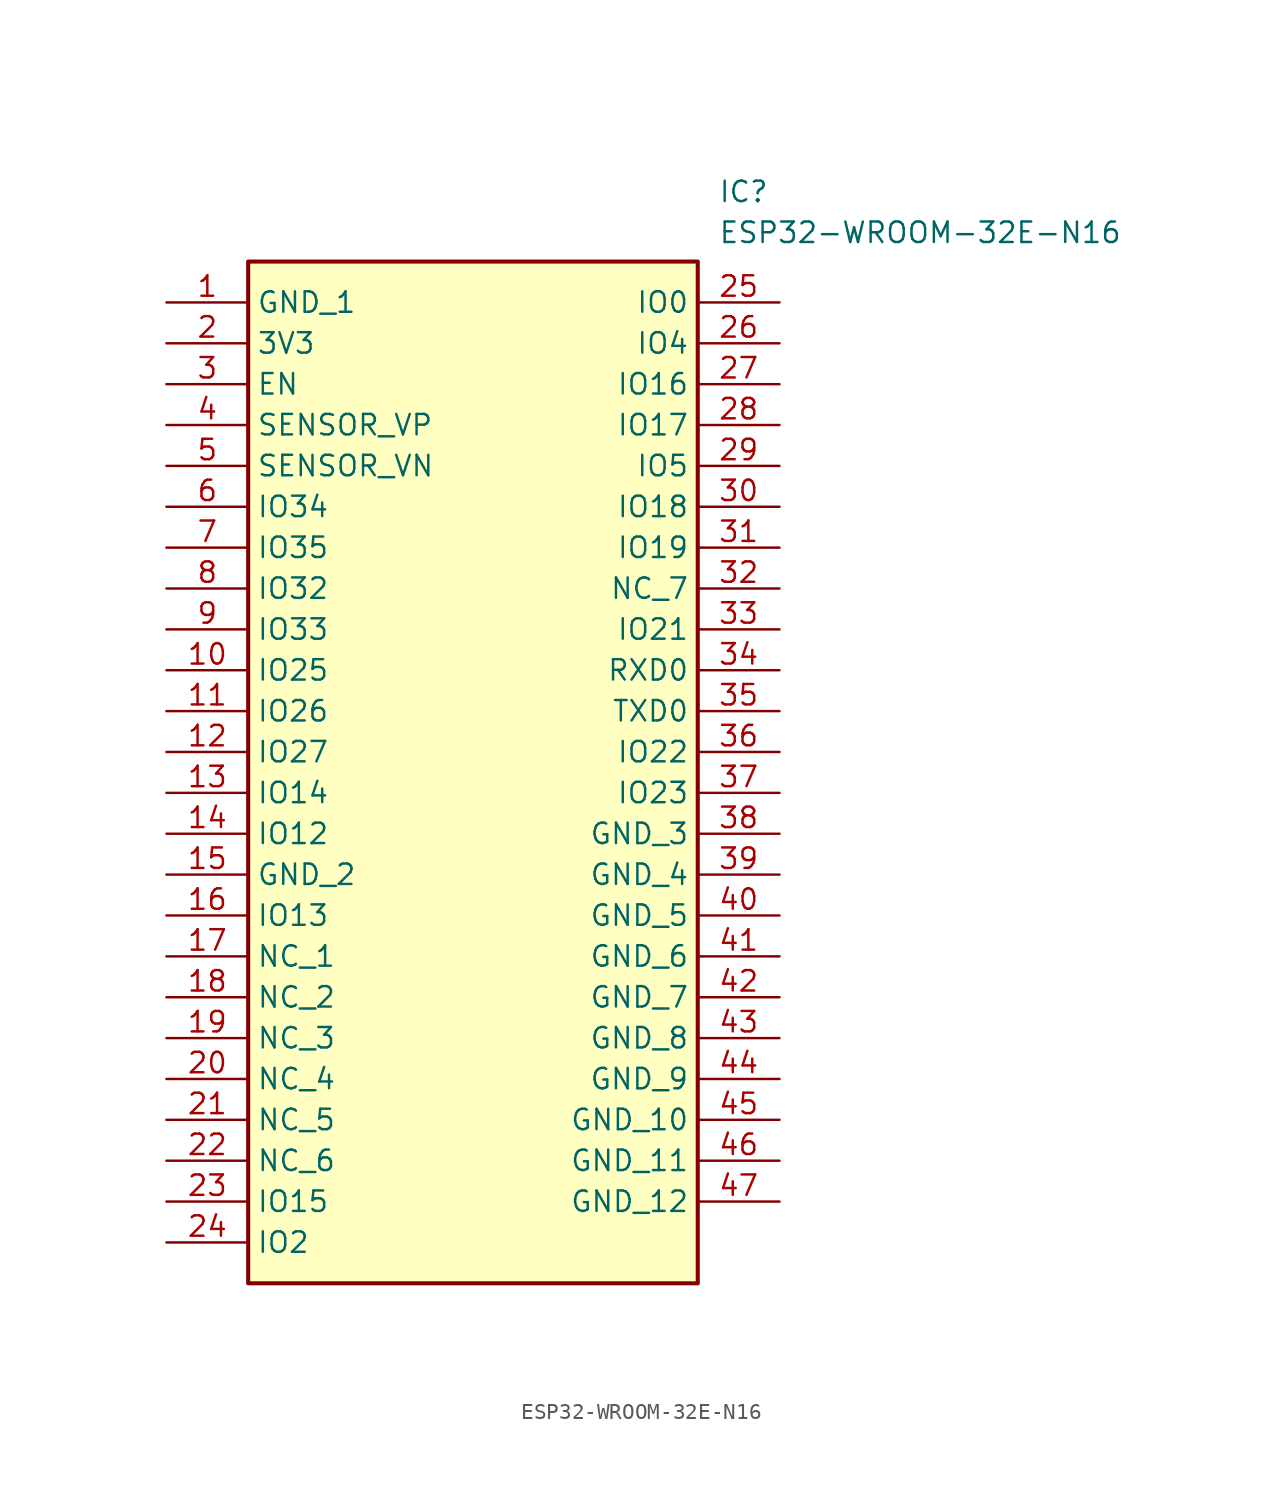
<source format=kicad_sym>
(kicad_symbol_lib
  (version 20211014)
  (generator SamacSys_ECAD_Model)
  (symbol "ESP32-WROOM-32E-N16"
    (property "Reference" "IC"
      (at 34.29 7.62 0)
      (effects (font (size 1.27 1.27)) (justify left top)))
    (property "Value" "ESP32-WROOM-32E-N16"
      (at 34.29 5.08 0)
      (effects (font (size 1.27 1.27)) (justify left top)))
    (rectangle
      (start 5.08 2.54)
      (end 33.02 -60.96)
      (stroke (width 0.254) (type default))
      (fill (type background)))
    (pin passive line
      (at 0 0 0)
      (length 5.08)
      (name "GND_1" (effects (font (size 1.27 1.27))))
      (number "1" (effects (font (size 1.27 1.27)))))
    (pin passive line
      (at 0 -2.54 0)
      (length 5.08)
      (name "3V3" (effects (font (size 1.27 1.27))))
      (number "2" (effects (font (size 1.27 1.27)))))
    (pin passive line
      (at 0 -5.08 0)
      (length 5.08)
      (name "EN" (effects (font (size 1.27 1.27))))
      (number "3" (effects (font (size 1.27 1.27)))))
    (pin passive line
      (at 0 -7.62 0)
      (length 5.08)
      (name "SENSOR_VP" (effects (font (size 1.27 1.27))))
      (number "4" (effects (font (size 1.27 1.27)))))
    (pin passive line
      (at 0 -10.16 0)
      (length 5.08)
      (name "SENSOR_VN" (effects (font (size 1.27 1.27))))
      (number "5" (effects (font (size 1.27 1.27)))))
    (pin passive line
      (at 0 -12.7 0)
      (length 5.08)
      (name "IO34" (effects (font (size 1.27 1.27))))
      (number "6" (effects (font (size 1.27 1.27)))))
    (pin passive line
      (at 0 -15.24 0)
      (length 5.08)
      (name "IO35" (effects (font (size 1.27 1.27))))
      (number "7" (effects (font (size 1.27 1.27)))))
    (pin passive line
      (at 0 -17.78 0)
      (length 5.08)
      (name "IO32" (effects (font (size 1.27 1.27))))
      (number "8" (effects (font (size 1.27 1.27)))))
    (pin passive line
      (at 0 -20.32 0)
      (length 5.08)
      (name "IO33" (effects (font (size 1.27 1.27))))
      (number "9" (effects (font (size 1.27 1.27)))))
    (pin passive line
      (at 0 -22.86 0)
      (length 5.08)
      (name "IO25" (effects (font (size 1.27 1.27))))
      (number "10" (effects (font (size 1.27 1.27)))))
    (pin passive line
      (at 0 -25.4 0)
      (length 5.08)
      (name "IO26" (effects (font (size 1.27 1.27))))
      (number "11" (effects (font (size 1.27 1.27)))))
    (pin passive line
      (at 0 -27.94 0)
      (length 5.08)
      (name "IO27" (effects (font (size 1.27 1.27))))
      (number "12" (effects (font (size 1.27 1.27)))))
    (pin passive line
      (at 0 -30.48 0)
      (length 5.08)
      (name "IO14" (effects (font (size 1.27 1.27))))
      (number "13" (effects (font (size 1.27 1.27)))))
    (pin passive line
      (at 0 -33.02 0)
      (length 5.08)
      (name "IO12" (effects (font (size 1.27 1.27))))
      (number "14" (effects (font (size 1.27 1.27)))))
    (pin passive line
      (at 0 -35.56 0)
      (length 5.08)
      (name "GND_2" (effects (font (size 1.27 1.27))))
      (number "15" (effects (font (size 1.27 1.27)))))
    (pin passive line
      (at 0 -38.1 0)
      (length 5.08)
      (name "IO13" (effects (font (size 1.27 1.27))))
      (number "16" (effects (font (size 1.27 1.27)))))
    (pin passive line
      (at 0 -40.64 0)
      (length 5.08)
      (name "NC_1" (effects (font (size 1.27 1.27))))
      (number "17" (effects (font (size 1.27 1.27)))))
    (pin passive line
      (at 0 -43.18 0)
      (length 5.08)
      (name "NC_2" (effects (font (size 1.27 1.27))))
      (number "18" (effects (font (size 1.27 1.27)))))
    (pin passive line
      (at 0 -45.72 0)
      (length 5.08)
      (name "NC_3" (effects (font (size 1.27 1.27))))
      (number "19" (effects (font (size 1.27 1.27)))))
    (pin passive line
      (at 0 -48.26 0)
      (length 5.08)
      (name "NC_4" (effects (font (size 1.27 1.27))))
      (number "20" (effects (font (size 1.27 1.27)))))
    (pin passive line
      (at 0 -50.8 0)
      (length 5.08)
      (name "NC_5" (effects (font (size 1.27 1.27))))
      (number "21" (effects (font (size 1.27 1.27)))))
    (pin passive line
      (at 0 -53.34 0)
      (length 5.08)
      (name "NC_6" (effects (font (size 1.27 1.27))))
      (number "22" (effects (font (size 1.27 1.27)))))
    (pin passive line
      (at 0 -55.88 0)
      (length 5.08)
      (name "IO15" (effects (font (size 1.27 1.27))))
      (number "23" (effects (font (size 1.27 1.27)))))
    (pin passive line
      (at 0 -58.42 0)
      (length 5.08)
      (name "IO2" (effects (font (size 1.27 1.27))))
      (number "24" (effects (font (size 1.27 1.27)))))
    (pin passive line
      (at 38.1 0 180)
      (length 5.08)
      (name "IO0" (effects (font (size 1.27 1.27))))
      (number "25" (effects (font (size 1.27 1.27)))))
    (pin passive line
      (at 38.1 -2.54 180)
      (length 5.08)
      (name "IO4" (effects (font (size 1.27 1.27))))
      (number "26" (effects (font (size 1.27 1.27)))))
    (pin passive line
      (at 38.1 -5.08 180)
      (length 5.08)
      (name "IO16" (effects (font (size 1.27 1.27))))
      (number "27" (effects (font (size 1.27 1.27)))))
    (pin passive line
      (at 38.1 -7.62 180)
      (length 5.08)
      (name "IO17" (effects (font (size 1.27 1.27))))
      (number "28" (effects (font (size 1.27 1.27)))))
    (pin passive line
      (at 38.1 -10.16 180)
      (length 5.08)
      (name "IO5" (effects (font (size 1.27 1.27))))
      (number "29" (effects (font (size 1.27 1.27)))))
    (pin passive line
      (at 38.1 -12.7 180)
      (length 5.08)
      (name "IO18" (effects (font (size 1.27 1.27))))
      (number "30" (effects (font (size 1.27 1.27)))))
    (pin passive line
      (at 38.1 -15.24 180)
      (length 5.08)
      (name "IO19" (effects (font (size 1.27 1.27))))
      (number "31" (effects (font (size 1.27 1.27)))))
    (pin passive line
      (at 38.1 -17.78 180)
      (length 5.08)
      (name "NC_7" (effects (font (size 1.27 1.27))))
      (number "32" (effects (font (size 1.27 1.27)))))
    (pin passive line
      (at 38.1 -20.32 180)
      (length 5.08)
      (name "IO21" (effects (font (size 1.27 1.27))))
      (number "33" (effects (font (size 1.27 1.27)))))
    (pin passive line
      (at 38.1 -22.86 180)
      (length 5.08)
      (name "RXD0" (effects (font (size 1.27 1.27))))
      (number "34" (effects (font (size 1.27 1.27)))))
    (pin passive line
      (at 38.1 -25.4 180)
      (length 5.08)
      (name "TXD0" (effects (font (size 1.27 1.27))))
      (number "35" (effects (font (size 1.27 1.27)))))
    (pin passive line
      (at 38.1 -27.94 180)
      (length 5.08)
      (name "IO22" (effects (font (size 1.27 1.27))))
      (number "36" (effects (font (size 1.27 1.27)))))
    (pin passive line
      (at 38.1 -30.48 180)
      (length 5.08)
      (name "IO23" (effects (font (size 1.27 1.27))))
      (number "37" (effects (font (size 1.27 1.27)))))
    (pin passive line
      (at 38.1 -33.02 180)
      (length 5.08)
      (name "GND_3" (effects (font (size 1.27 1.27))))
      (number "38" (effects (font (size 1.27 1.27)))))
    (pin passive line
      (at 38.1 -35.56 180)
      (length 5.08)
      (name "GND_4" (effects (font (size 1.27 1.27))))
      (number "39" (effects (font (size 1.27 1.27)))))
    (pin passive line
      (at 38.1 -38.1 180)
      (length 5.08)
      (name "GND_5" (effects (font (size 1.27 1.27))))
      (number "40" (effects (font (size 1.27 1.27)))))
    (pin passive line
      (at 38.1 -40.64 180)
      (length 5.08)
      (name "GND_6" (effects (font (size 1.27 1.27))))
      (number "41" (effects (font (size 1.27 1.27)))))
    (pin passive line
      (at 38.1 -43.18 180)
      (length 5.08)
      (name "GND_7" (effects (font (size 1.27 1.27))))
      (number "42" (effects (font (size 1.27 1.27)))))
    (pin passive line
      (at 38.1 -45.72 180)
      (length 5.08)
      (name "GND_8" (effects (font (size 1.27 1.27))))
      (number "43" (effects (font (size 1.27 1.27)))))
    (pin passive line
      (at 38.1 -48.26 180)
      (length 5.08)
      (name "GND_9" (effects (font (size 1.27 1.27))))
      (number "44" (effects (font (size 1.27 1.27)))))
    (pin passive line
      (at 38.1 -50.8 180)
      (length 5.08)
      (name "GND_10" (effects (font (size 1.27 1.27))))
      (number "45" (effects (font (size 1.27 1.27)))))
    (pin passive line
      (at 38.1 -53.34 180)
      (length 5.08)
      (name "GND_11" (effects (font (size 1.27 1.27))))
      (number "46" (effects (font (size 1.27 1.27)))))
    (pin passive line
      (at 38.1 -55.88 180)
      (length 5.08)
      (name "GND_12" (effects (font (size 1.27 1.27))))
      (number "47" (effects (font (size 1.27 1.27)))))))
</source>
